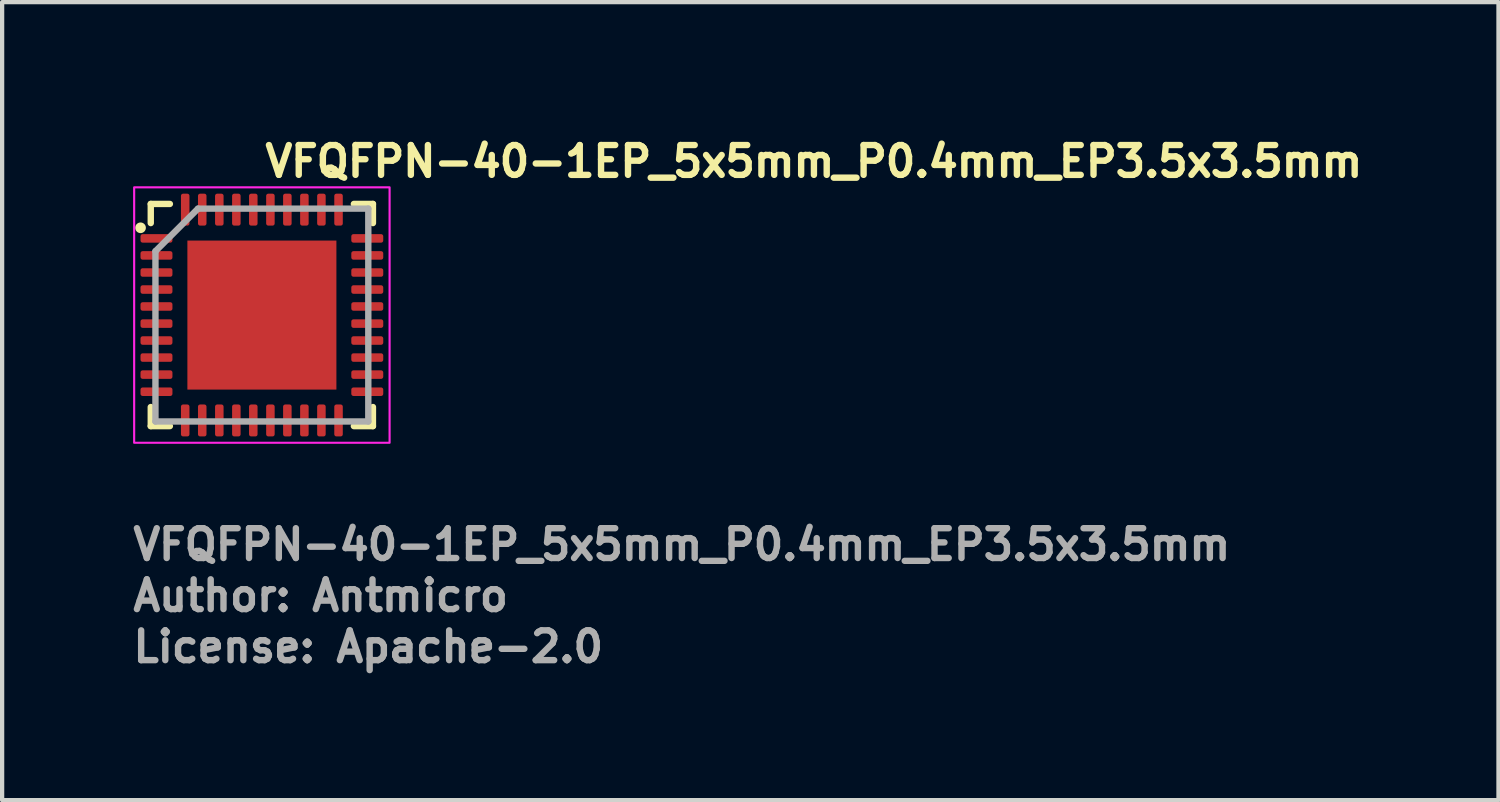
<source format=kicad_pcb>
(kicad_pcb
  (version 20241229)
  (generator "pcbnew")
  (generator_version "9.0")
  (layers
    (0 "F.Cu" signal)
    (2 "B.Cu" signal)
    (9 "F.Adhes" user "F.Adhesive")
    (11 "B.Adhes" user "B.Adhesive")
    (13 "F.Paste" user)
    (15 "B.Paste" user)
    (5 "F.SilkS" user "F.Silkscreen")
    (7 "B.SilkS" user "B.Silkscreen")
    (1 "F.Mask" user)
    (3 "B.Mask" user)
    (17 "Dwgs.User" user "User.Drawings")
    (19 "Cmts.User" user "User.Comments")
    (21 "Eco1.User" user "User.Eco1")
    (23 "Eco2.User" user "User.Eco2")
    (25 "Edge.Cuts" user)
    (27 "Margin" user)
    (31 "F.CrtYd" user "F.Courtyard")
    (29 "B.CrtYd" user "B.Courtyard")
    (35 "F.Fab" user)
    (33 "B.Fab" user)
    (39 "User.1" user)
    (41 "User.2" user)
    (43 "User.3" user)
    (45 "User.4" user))
  (footprint "VFQFPN-40-1EP_5x5mm_P0.4mm_EP3.5x3.5mm"
    (layer "F.Cu")
    (at 3.101 4.35)
    (property "Reference" "VFQFPN-40-1EP_5x5mm_P0.4mm_EP3.5x3.5mm" (at 0 -3.2 0) (layer "F.SilkS") (effects (font (size 0.7 0.7) (thickness 0.15)) (justify left bottom)))
    (attr smd)
    (fp_line (start -2.61 -2.161) (end -2.61 -2.61) (stroke (width 0.15) (type solid)) (layer "F.SilkS"))
    (fp_line (start -2.61 2.608) (end -2.61 2.16) (stroke (width 0.15) (type solid)) (layer "F.SilkS"))
    (fp_line (start -2.161 -2.61) (end -2.61 -2.61) (stroke (width 0.15) (type solid)) (layer "F.SilkS"))
    (fp_line (start -2.161 2.608) (end -2.61 2.608) (stroke (width 0.15) (type solid)) (layer "F.SilkS"))
    (fp_line (start 2.16 -2.61) (end 2.608 -2.61) (stroke (width 0.15) (type solid)) (layer "F.SilkS"))
    (fp_line (start 2.16 2.608) (end 2.608 2.608) (stroke (width 0.15) (type solid)) (layer "F.SilkS"))
    (fp_line (start 2.608 -2.61) (end 2.608 -2.161) (stroke (width 0.15) (type solid)) (layer "F.SilkS"))
    (fp_line (start 2.608 2.608) (end 2.608 2.16) (stroke (width 0.15) (type solid)) (layer "F.SilkS"))
    (fp_circle (center -2.85 -2.05) (end -2.8 -2.05) (stroke (width 0.15) (type solid)) (fill yes) (layer "F.SilkS"))
    (fp_rect (start -3 -3) (end 2.999 2.999) (stroke (width 0.05) (type solid)) (fill no) (layer "F.CrtYd"))
    (fp_line (start -2.5 -1.5) (end -1.5 -2.5) (stroke (width 0.15) (type solid)) (layer "F.Fab"))
    (fp_line (start -2.5 2.499) (end -2.5 -1.5) (stroke (width 0.15) (type solid)) (layer "F.Fab"))
    (fp_line (start -1.5 -2.5) (end 2.499 -2.5) (stroke (width 0.15) (type solid)) (layer "F.Fab"))
    (fp_line (start 2.499 -2.5) (end 2.499 2.499) (stroke (width 0.15) (type solid)) (layer "F.Fab"))
    (fp_line (start 2.499 2.499) (end -2.5 2.499) (stroke (width 0.15) (type solid)) (layer "F.Fab"))
    (fp_rect (start -2.5 -2.5) (end 2.499 2.499) (stroke (width 0.1) (type solid)) (fill no) (layer "User.5"))
    (fp_line (start -2.5 -1.901) (end -2.5 -1.7) (stroke (width 0.02) (type solid)) (layer "User.9"))
    (fp_line (start -2.5 -1.7) (end -2.492 -1.7) (stroke (width 0.02) (type solid)) (layer "User.9"))
    (fp_line (start -2.5 -1.5) (end -2.5 -1.301) (stroke (width 0.02) (type solid)) (layer "User.9"))
    (fp_line (start -2.5 -1.301) (end -2.492 -1.301) (stroke (width 0.02) (type solid)) (layer "User.9"))
    (fp_line (start -2.5 -1.101) (end -2.5 -0.902) (stroke (width 0.02) (type solid)) (layer "User.9"))
    (fp_line (start -2.5 -0.902) (end -2.492 -0.902) (stroke (width 0.02) (type solid)) (layer "User.9"))
    (fp_line (start -2.5 -0.701) (end -2.5 -0.5) (stroke (width 0.02) (type solid)) (layer "User.9"))
    (fp_line (start -2.5 -0.5) (end -2.492 -0.5) (stroke (width 0.02) (type solid)) (layer "User.9"))
    (fp_line (start -2.5 -0.3) (end -2.5 -0.102) (stroke (width 0.02) (type solid)) (layer "User.9"))
    (fp_line (start -2.5 -0.102) (end -2.492 -0.102) (stroke (width 0.02) (type solid)) (layer "User.9"))
    (fp_line (start -2.5 0.1) (end -2.5 0.298) (stroke (width 0.02) (type solid)) (layer "User.9"))
    (fp_line (start -2.5 0.298) (end -2.492 0.298) (stroke (width 0.02) (type solid)) (layer "User.9"))
    (fp_line (start -2.5 0.498) (end -2.5 0.699) (stroke (width 0.02) (type solid)) (layer "User.9"))
    (fp_line (start -2.5 0.699) (end -2.492 0.699) (stroke (width 0.02) (type solid)) (layer "User.9"))
    (fp_line (start -2.5 0.9) (end -2.5 1.1) (stroke (width 0.02) (type solid)) (layer "User.9"))
    (fp_line (start -2.5 1.1) (end -2.492 1.1) (stroke (width 0.02) (type solid)) (layer "User.9"))
    (fp_line (start -2.5 1.3) (end -2.5 1.499) (stroke (width 0.02) (type solid)) (layer "User.9"))
    (fp_line (start -2.5 1.499) (end -2.492 1.499) (stroke (width 0.02) (type solid)) (layer "User.9"))
    (fp_line (start -2.5 1.699) (end -2.5 1.898) (stroke (width 0.02) (type solid)) (layer "User.9"))
    (fp_line (start -2.5 1.898) (end -2.492 1.898) (stroke (width 0.02) (type solid)) (layer "User.9"))
    (fp_line (start -2.492 -2.492) (end -2.492 2.49) (stroke (width 0.02) (type solid)) (layer "User.9"))
    (fp_line (start -2.492 -2.492) (end 2.49 -2.492) (stroke (width 0.02) (type solid)) (layer "User.9"))
    (fp_line (start -2.492 -1.901) (end -2.5 -1.901) (stroke (width 0.02) (type solid)) (layer "User.9"))
    (fp_line (start -2.492 -1.5) (end -2.5 -1.5) (stroke (width 0.02) (type solid)) (layer "User.9"))
    (fp_line (start -2.492 -1.101) (end -2.5 -1.101) (stroke (width 0.02) (type solid)) (layer "User.9"))
    (fp_line (start -2.492 -0.701) (end -2.5 -0.701) (stroke (width 0.02) (type solid)) (layer "User.9"))
    (fp_line (start -2.492 -0.3) (end -2.5 -0.3) (stroke (width 0.02) (type solid)) (layer "User.9"))
    (fp_line (start -2.492 0.1) (end -2.5 0.1) (stroke (width 0.02) (type solid)) (layer "User.9"))
    (fp_line (start -2.492 0.498) (end -2.5 0.498) (stroke (width 0.02) (type solid)) (layer "User.9"))
    (fp_line (start -2.492 0.9) (end -2.5 0.9) (stroke (width 0.02) (type solid)) (layer "User.9"))
    (fp_line (start -2.492 1.3) (end -2.5 1.3) (stroke (width 0.02) (type solid)) (layer "User.9"))
    (fp_line (start -2.492 1.699) (end -2.5 1.699) (stroke (width 0.02) (type solid)) (layer "User.9"))
    (fp_line (start -2.492 2.49) (end 2.49 2.49) (stroke (width 0.02) (type solid)) (layer "User.9"))
    (fp_line (start -2.05 -1.813) (end -2.05 -1.801) (stroke (width 0.02) (type solid)) (layer "User.9"))
    (fp_line (start -2.05 -1.801) (end -2.05 -1.801) (stroke (width 0.02) (type solid)) (layer "User.9"))
    (fp_line (start -2.05 -1.801) (end -2.05 -1.788) (stroke (width 0.02) (type solid)) (layer "User.9"))
    (fp_line (start -2.05 -1.788) (end -2.049 -1.776) (stroke (width 0.02) (type solid)) (layer "User.9"))
    (fp_line (start -2.049 -1.827) (end -2.05 -1.813) (stroke (width 0.02) (type solid)) (layer "User.9"))
    (fp_line (start -2.049 -1.776) (end -2.048 -1.762) (stroke (width 0.02) (type solid)) (layer "User.9"))
    (fp_line (start -2.048 -1.839) (end -2.049 -1.827) (stroke (width 0.02) (type solid)) (layer "User.9"))
    (fp_line (start -2.048 -1.762) (end -2.045 -1.75) (stroke (width 0.02) (type solid)) (layer "User.9"))
    (fp_line (start -2.045 -1.851) (end -2.048 -1.839) (stroke (width 0.02) (type solid)) (layer "User.9"))
    (fp_line (start -2.045 -1.75) (end -2.044 -1.738) (stroke (width 0.02) (type solid)) (layer "User.9"))
    (fp_line (start -2.044 -1.863) (end -2.045 -1.851) (stroke (width 0.02) (type solid)) (layer "User.9"))
    (fp_line (start -2.044 -1.738) (end -2.04 -1.726) (stroke (width 0.02) (type solid)) (layer "User.9"))
    (fp_line (start -2.04 -1.875) (end -2.044 -1.863) (stroke (width 0.02) (type solid)) (layer "User.9"))
    (fp_line (start -2.04 -1.726) (end -2.036 -1.716) (stroke (width 0.02) (type solid)) (layer "User.9"))
    (fp_line (start -2.036 -1.887) (end -2.04 -1.875) (stroke (width 0.02) (type solid)) (layer "User.9"))
    (fp_line (start -2.036 -1.716) (end -2.032 -1.704) (stroke (width 0.02) (type solid)) (layer "User.9"))
    (fp_line (start -2.032 -1.899) (end -2.036 -1.887) (stroke (width 0.02) (type solid)) (layer "User.9"))
    (fp_line (start -2.032 -1.704) (end -2.027 -1.692) (stroke (width 0.02) (type solid)) (layer "User.9"))
    (fp_line (start -2.027 -1.909) (end -2.032 -1.899) (stroke (width 0.02) (type solid)) (layer "User.9"))
    (fp_line (start -2.027 -1.692) (end -2.02 -1.682) (stroke (width 0.02) (type solid)) (layer "User.9"))
    (fp_line (start -2.02 -1.92) (end -2.027 -1.909) (stroke (width 0.02) (type solid)) (layer "User.9"))
    (fp_line (start -2.02 -1.682) (end -2.015 -1.672) (stroke (width 0.02) (type solid)) (layer "User.9"))
    (fp_line (start -2.015 -1.93) (end -2.02 -1.92) (stroke (width 0.02) (type solid)) (layer "User.9"))
    (fp_line (start -2.015 -1.672) (end -2.008 -1.661) (stroke (width 0.02) (type solid)) (layer "User.9"))
    (fp_line (start -2.008 -1.94) (end -2.015 -1.93) (stroke (width 0.02) (type solid)) (layer "User.9"))
    (fp_line (start -2.008 -1.661) (end -2.001 -1.651) (stroke (width 0.02) (type solid)) (layer "User.9"))
    (fp_line (start -2.001 -1.95) (end -2.008 -1.94) (stroke (width 0.02) (type solid)) (layer "User.9"))
    (fp_line (start -2.001 -1.651) (end -1.994 -1.641) (stroke (width 0.02) (type solid)) (layer "User.9"))
    (fp_line (start -1.994 -1.96) (end -2.001 -1.95) (stroke (width 0.02) (type solid)) (layer "User.9"))
    (fp_line (start -1.994 -1.641) (end -1.986 -1.633) (stroke (width 0.02) (type solid)) (layer "User.9"))
    (fp_line (start -1.986 -1.97) (end -1.994 -1.96) (stroke (width 0.02) (type solid)) (layer "User.9"))
    (fp_line (start -1.986 -1.633) (end -1.978 -1.625) (stroke (width 0.02) (type solid)) (layer "User.9"))
    (fp_line (start -1.978 -1.978) (end -1.986 -1.97) (stroke (width 0.02) (type solid)) (layer "User.9"))
    (fp_line (start -1.978 -1.625) (end -1.97 -1.615) (stroke (width 0.02) (type solid)) (layer "User.9"))
    (fp_line (start -1.97 -1.986) (end -1.978 -1.978) (stroke (width 0.02) (type solid)) (layer "User.9"))
    (fp_line (start -1.97 -1.615) (end -1.96 -1.609) (stroke (width 0.02) (type solid)) (layer "User.9"))
    (fp_line (start -1.96 -1.994) (end -1.97 -1.986) (stroke (width 0.02) (type solid)) (layer "User.9"))
    (fp_line (start -1.96 -1.609) (end -1.95 -1.601) (stroke (width 0.02) (type solid)) (layer "User.9"))
    (fp_line (start -1.95 -2.001) (end -1.96 -1.994) (stroke (width 0.02) (type solid)) (layer "User.9"))
    (fp_line (start -1.95 -1.601) (end -1.94 -1.593) (stroke (width 0.02) (type solid)) (layer "User.9"))
    (fp_line (start -1.94 -2.008) (end -1.95 -2.001) (stroke (width 0.02) (type solid)) (layer "User.9"))
    (fp_line (start -1.94 -1.593) (end -1.93 -1.587) (stroke (width 0.02) (type solid)) (layer "User.9"))
    (fp_line (start -1.93 -2.015) (end -1.94 -2.008) (stroke (width 0.02) (type solid)) (layer "User.9"))
    (fp_line (start -1.93 -1.587) (end -1.92 -1.581) (stroke (width 0.02) (type solid)) (layer "User.9"))
    (fp_line (start -1.92 -2.02) (end -1.93 -2.015) (stroke (width 0.02) (type solid)) (layer "User.9"))
    (fp_line (start -1.92 -1.581) (end -1.909 -1.575) (stroke (width 0.02) (type solid)) (layer "User.9"))
    (fp_line (start -1.909 -2.027) (end -1.92 -2.02) (stroke (width 0.02) (type solid)) (layer "User.9"))
    (fp_line (start -1.909 -1.575) (end -1.899 -1.571) (stroke (width 0.02) (type solid)) (layer "User.9"))
    (fp_line (start -1.901 -2.5) (end -1.901 -2.492) (stroke (width 0.02) (type solid)) (layer "User.9"))
    (fp_line (start -1.901 2.49) (end -1.901 2.499) (stroke (width 0.02) (type solid)) (layer "User.9"))
    (fp_line (start -1.901 2.499) (end -1.7 2.499) (stroke (width 0.02) (type solid)) (layer "User.9"))
    (fp_line (start -1.899 -2.032) (end -1.909 -2.027) (stroke (width 0.02) (type solid)) (layer "User.9"))
    (fp_line (start -1.899 -1.571) (end -1.887 -1.567) (stroke (width 0.02) (type solid)) (layer "User.9"))
    (fp_line (start -1.887 -2.036) (end -1.899 -2.032) (stroke (width 0.02) (type solid)) (layer "User.9"))
    (fp_line (start -1.887 -1.567) (end -1.875 -1.563) (stroke (width 0.02) (type solid)) (layer "User.9"))
    (fp_line (start -1.875 -2.04) (end -1.887 -2.036) (stroke (width 0.02) (type solid)) (layer "User.9"))
    (fp_line (start -1.875 -1.563) (end -1.863 -1.559) (stroke (width 0.02) (type solid)) (layer "User.9"))
    (fp_line (start -1.863 -2.044) (end -1.875 -2.04) (stroke (width 0.02) (type solid)) (layer "User.9"))
    (fp_line (start -1.863 -1.559) (end -1.851 -1.557) (stroke (width 0.02) (type solid)) (layer "User.9"))
    (fp_line (start -1.851 -2.045) (end -1.863 -2.044) (stroke (width 0.02) (type solid)) (layer "User.9"))
    (fp_line (start -1.851 -1.557) (end -1.839 -1.553) (stroke (width 0.02) (type solid)) (layer "User.9"))
    (fp_line (start -1.839 -2.048) (end -1.851 -2.045) (stroke (width 0.02) (type solid)) (layer "User.9"))
    (fp_line (start -1.839 -1.553) (end -1.827 -1.553) (stroke (width 0.02) (type solid)) (layer "User.9"))
    (fp_line (start -1.827 -2.049) (end -1.839 -2.048) (stroke (width 0.02) (type solid)) (layer "User.9"))
    (fp_line (start -1.827 -1.553) (end -1.813 -1.551) (stroke (width 0.02) (type solid)) (layer "User.9"))
    (fp_line (start -1.813 -2.05) (end -1.827 -2.049) (stroke (width 0.02) (type solid)) (layer "User.9"))
    (fp_line (start -1.813 -1.551) (end -1.801 -1.551) (stroke (width 0.02) (type solid)) (layer "User.9"))
    (fp_line (start -1.801 -2.05) (end -1.813 -2.05) (stroke (width 0.02) (type solid)) (layer "User.9"))
    (fp_line (start -1.801 -2.05) (end -1.801 -2.05) (stroke (width 0.02) (type solid)) (layer "User.9"))
    (fp_line (start -1.801 -1.551) (end -1.801 -1.551) (stroke (width 0.02) (type solid)) (layer "User.9"))
    (fp_line (start -1.801 -1.551) (end -1.788 -1.551) (stroke (width 0.02) (type solid)) (layer "User.9"))
    (fp_line (start -1.788 -2.05) (end -1.801 -2.05) (stroke (width 0.02) (type solid)) (layer "User.9"))
    (fp_line (start -1.788 -1.551) (end -1.776 -1.553) (stroke (width 0.02) (type solid)) (layer "User.9"))
    (fp_line (start -1.776 -2.049) (end -1.788 -2.05) (stroke (width 0.02) (type solid)) (layer "User.9"))
    (fp_line (start -1.776 -1.553) (end -1.762 -1.553) (stroke (width 0.02) (type solid)) (layer "User.9"))
    (fp_line (start -1.762 -2.048) (end -1.776 -2.049) (stroke (width 0.02) (type solid)) (layer "User.9"))
    (fp_line (start -1.762 -1.553) (end -1.75 -1.557) (stroke (width 0.02) (type solid)) (layer "User.9"))
    (fp_line (start -1.75 -2.045) (end -1.762 -2.048) (stroke (width 0.02) (type solid)) (layer "User.9"))
    (fp_line (start -1.75 -1.557) (end -1.738 -1.559) (stroke (width 0.02) (type solid)) (layer "User.9"))
    (fp_line (start -1.738 -2.044) (end -1.75 -2.045) (stroke (width 0.02) (type solid)) (layer "User.9"))
    (fp_line (start -1.738 -1.559) (end -1.726 -1.563) (stroke (width 0.02) (type solid)) (layer "User.9"))
    (fp_line (start -1.726 -2.04) (end -1.738 -2.044) (stroke (width 0.02) (type solid)) (layer "User.9"))
    (fp_line (start -1.726 -1.563) (end -1.716 -1.567) (stroke (width 0.02) (type solid)) (layer "User.9"))
    (fp_line (start -1.716 -2.036) (end -1.726 -2.04) (stroke (width 0.02) (type solid)) (layer "User.9"))
    (fp_line (start -1.716 -1.567) (end -1.704 -1.571) (stroke (width 0.02) (type solid)) (layer "User.9"))
    (fp_line (start -1.704 -2.032) (end -1.716 -2.036) (stroke (width 0.02) (type solid)) (layer "User.9"))
    (fp_line (start -1.704 -1.571) (end -1.692 -1.575) (stroke (width 0.02) (type solid)) (layer "User.9"))
    (fp_line (start -1.7 -2.5) (end -1.901 -2.5) (stroke (width 0.02) (type solid)) (layer "User.9"))
    (fp_line (start -1.7 -2.492) (end -1.7 -2.5) (stroke (width 0.02) (type solid)) (layer "User.9"))
    (fp_line (start -1.7 2.499) (end -1.7 2.49) (stroke (width 0.02) (type solid)) (layer "User.9"))
    (fp_line (start -1.692 -2.027) (end -1.704 -2.032) (stroke (width 0.02) (type solid)) (layer "User.9"))
    (fp_line (start -1.692 -1.575) (end -1.682 -1.581) (stroke (width 0.02) (type solid)) (layer "User.9"))
    (fp_line (start -1.682 -2.02) (end -1.692 -2.027) (stroke (width 0.02) (type solid)) (layer "User.9"))
    (fp_line (start -1.682 -1.581) (end -1.672 -1.587) (stroke (width 0.02) (type solid)) (layer "User.9"))
    (fp_line (start -1.672 -2.015) (end -1.682 -2.02) (stroke (width 0.02) (type solid)) (layer "User.9"))
    (fp_line (start -1.672 -1.587) (end -1.661 -1.593) (stroke (width 0.02) (type solid)) (layer "User.9"))
    (fp_line (start -1.661 -2.008) (end -1.672 -2.015) (stroke (width 0.02) (type solid)) (layer "User.9"))
    (fp_line (start -1.661 -1.593) (end -1.651 -1.601) (stroke (width 0.02) (type solid)) (layer "User.9"))
    (fp_line (start -1.651 -2.001) (end -1.661 -2.008) (stroke (width 0.02) (type solid)) (layer "User.9"))
    (fp_line (start -1.651 -1.601) (end -1.641 -1.609) (stroke (width 0.02) (type solid)) (layer "User.9"))
    (fp_line (start -1.641 -1.994) (end -1.651 -2.001) (stroke (width 0.02) (type solid)) (layer "User.9"))
    (fp_line (start -1.641 -1.609) (end -1.633 -1.615) (stroke (width 0.02) (type solid)) (layer "User.9"))
    (fp_line (start -1.633 -1.986) (end -1.641 -1.994) (stroke (width 0.02) (type solid)) (layer "User.9"))
    (fp_line (start -1.633 -1.615) (end -1.625 -1.625) (stroke (width 0.02) (type solid)) (layer "User.9"))
    (fp_line (start -1.625 -1.978) (end -1.633 -1.986) (stroke (width 0.02) (type solid)) (layer "User.9"))
    (fp_line (start -1.625 -1.625) (end -1.615 -1.633) (stroke (width 0.02) (type solid)) (layer "User.9"))
    (fp_line (start -1.615 -1.97) (end -1.625 -1.978) (stroke (width 0.02) (type solid)) (layer "User.9"))
    (fp_line (start -1.615 -1.633) (end -1.609 -1.641) (stroke (width 0.02) (type solid)) (layer "User.9"))
    (fp_line (start -1.609 -1.96) (end -1.615 -1.97) (stroke (width 0.02) (type solid)) (layer "User.9"))
    (fp_line (start -1.609 -1.641) (end -1.601 -1.651) (stroke (width 0.02) (type solid)) (layer "User.9"))
    (fp_line (start -1.601 -1.95) (end -1.609 -1.96) (stroke (width 0.02) (type solid)) (layer "User.9"))
    (fp_line (start -1.601 -1.651) (end -1.593 -1.661) (stroke (width 0.02) (type solid)) (layer "User.9"))
    (fp_line (start -1.593 -1.94) (end -1.601 -1.95) (stroke (width 0.02) (type solid)) (layer "User.9"))
    (fp_line (start -1.593 -1.661) (end -1.587 -1.672) (stroke (width 0.02) (type solid)) (layer "User.9"))
    (fp_line (start -1.587 -1.93) (end -1.593 -1.94) (stroke (width 0.02) (type solid)) (layer "User.9"))
    (fp_line (start -1.587 -1.672) (end -1.581 -1.682) (stroke (width 0.02) (type solid)) (layer "User.9"))
    (fp_line (start -1.581 -1.92) (end -1.587 -1.93) (stroke (width 0.02) (type solid)) (layer "User.9"))
    (fp_line (start -1.581 -1.682) (end -1.575 -1.692) (stroke (width 0.02) (type solid)) (layer "User.9"))
    (fp_line (start -1.575 -1.909) (end -1.581 -1.92) (stroke (width 0.02) (type solid)) (layer "User.9"))
    (fp_line (start -1.575 -1.692) (end -1.571 -1.704) (stroke (width 0.02) (type solid)) (layer "User.9"))
    (fp_line (start -1.571 -1.899) (end -1.575 -1.909) (stroke (width 0.02) (type solid)) (layer "User.9"))
    (fp_line (start -1.571 -1.704) (end -1.567 -1.716) (stroke (width 0.02) (type solid)) (layer "User.9"))
    (fp_line (start -1.567 -1.887) (end -1.571 -1.899) (stroke (width 0.02) (type solid)) (layer "User.9"))
    (fp_line (start -1.567 -1.716) (end -1.563 -1.726) (stroke (width 0.02) (type solid)) (layer "User.9"))
    (fp_line (start -1.563 -1.875) (end -1.567 -1.887) (stroke (width 0.02) (type solid)) (layer "User.9"))
    (fp_line (start -1.563 -1.726) (end -1.559 -1.738) (stroke (width 0.02) (type solid)) (layer "User.9"))
    (fp_line (start -1.559 -1.863) (end -1.563 -1.875) (stroke (width 0.02) (type solid)) (layer "User.9"))
    (fp_line (start -1.559 -1.738) (end -1.557 -1.75) (stroke (width 0.02) (type solid)) (layer "User.9"))
    (fp_line (start -1.557 -1.851) (end -1.559 -1.863) (stroke (width 0.02) (type solid)) (layer "User.9"))
    (fp_line (start -1.557 -1.75) (end -1.553 -1.762) (stroke (width 0.02) (type solid)) (layer "User.9"))
    (fp_line (start -1.553 -1.839) (end -1.557 -1.851) (stroke (width 0.02) (type solid)) (layer "User.9"))
    (fp_line (start -1.553 -1.827) (end -1.553 -1.839) (stroke (width 0.02) (type solid)) (layer "User.9"))
    (fp_line (start -1.553 -1.776) (end -1.551 -1.788) (stroke (width 0.02) (type solid)) (layer "User.9"))
    (fp_line (start -1.553 -1.762) (end -1.553 -1.776) (stroke (width 0.02) (type solid)) (layer "User.9"))
    (fp_line (start -1.551 -1.813) (end -1.553 -1.827) (stroke (width 0.02) (type solid)) (layer "User.9"))
    (fp_line (start -1.551 -1.801) (end -1.551 -1.813) (stroke (width 0.02) (type solid)) (layer "User.9"))
    (fp_line (start -1.551 -1.801) (end -1.551 -1.801) (stroke (width 0.02) (type solid)) (layer "User.9"))
    (fp_line (start -1.551 -1.801) (end -1.551 -1.801) (stroke (width 0.02) (type solid)) (layer "User.9"))
    (fp_line (start -1.551 -1.788) (end -1.551 -1.801) (stroke (width 0.02) (type solid)) (layer "User.9"))
    (fp_line (start -1.5 -2.5) (end -1.5 -2.492) (stroke (width 0.02) (type solid)) (layer "User.9"))
    (fp_line (start -1.5 2.49) (end -1.5 2.499) (stroke (width 0.02) (type solid)) (layer "User.9"))
    (fp_line (start -1.5 2.499) (end -1.301 2.499) (stroke (width 0.02) (type solid)) (layer "User.9"))
    (fp_line (start -1.301 -2.5) (end -1.5 -2.5) (stroke (width 0.02) (type solid)) (layer "User.9"))
    (fp_line (start -1.301 -2.492) (end -1.301 -2.5) (stroke (width 0.02) (type solid)) (layer "User.9"))
    (fp_line (start -1.301 2.499) (end -1.301 2.49) (stroke (width 0.02) (type solid)) (layer "User.9"))
    (fp_line (start -1.101 -2.5) (end -1.101 -2.492) (stroke (width 0.02) (type solid)) (layer "User.9"))
    (fp_line (start -1.101 2.49) (end -1.101 2.499) (stroke (width 0.02) (type solid)) (layer "User.9"))
    (fp_line (start -1.101 2.499) (end -0.902 2.499) (stroke (width 0.02) (type solid)) (layer "User.9"))
    (fp_line (start -0.902 -2.5) (end -1.101 -2.5) (stroke (width 0.02) (type solid)) (layer "User.9"))
    (fp_line (start -0.902 -2.492) (end -0.902 -2.5) (stroke (width 0.02) (type solid)) (layer "User.9"))
    (fp_line (start -0.902 2.499) (end -0.902 2.49) (stroke (width 0.02) (type solid)) (layer "User.9"))
    (fp_line (start -0.701 -2.5) (end -0.701 -2.492) (stroke (width 0.02) (type solid)) (layer "User.9"))
    (fp_line (start -0.701 2.49) (end -0.701 2.499) (stroke (width 0.02) (type solid)) (layer "User.9"))
    (fp_line (start -0.701 2.499) (end -0.5 2.499) (stroke (width 0.02) (type solid)) (layer "User.9"))
    (fp_line (start -0.5 -2.5) (end -0.701 -2.5) (stroke (width 0.02) (type solid)) (layer "User.9"))
    (fp_line (start -0.5 -2.492) (end -0.5 -2.5) (stroke (width 0.02) (type solid)) (layer "User.9"))
    (fp_line (start -0.5 2.499) (end -0.5 2.49) (stroke (width 0.02) (type solid)) (layer "User.9"))
    (fp_line (start -0.3 -2.5) (end -0.3 -2.492) (stroke (width 0.02) (type solid)) (layer "User.9"))
    (fp_line (start -0.3 2.49) (end -0.3 2.499) (stroke (width 0.02) (type solid)) (layer "User.9"))
    (fp_line (start -0.3 2.499) (end -0.102 2.499) (stroke (width 0.02) (type solid)) (layer "User.9"))
    (fp_line (start -0.102 -2.5) (end -0.3 -2.5) (stroke (width 0.02) (type solid)) (layer "User.9"))
    (fp_line (start -0.102 -2.492) (end -0.102 -2.5) (stroke (width 0.02) (type solid)) (layer "User.9"))
    (fp_line (start -0.102 2.499) (end -0.102 2.49) (stroke (width 0.02) (type solid)) (layer "User.9"))
    (fp_line (start 0.1 -2.5) (end 0.1 -2.492) (stroke (width 0.02) (type solid)) (layer "User.9"))
    (fp_line (start 0.1 2.49) (end 0.1 2.499) (stroke (width 0.02) (type solid)) (layer "User.9"))
    (fp_line (start 0.1 2.499) (end 0.298 2.499) (stroke (width 0.02) (type solid)) (layer "User.9"))
    (fp_line (start 0.298 -2.5) (end 0.1 -2.5) (stroke (width 0.02) (type solid)) (layer "User.9"))
    (fp_line (start 0.298 -2.492) (end 0.298 -2.5) (stroke (width 0.02) (type solid)) (layer "User.9"))
    (fp_line (start 0.298 2.499) (end 0.298 2.49) (stroke (width 0.02) (type solid)) (layer "User.9"))
    (fp_line (start 0.498 -2.5) (end 0.498 -2.492) (stroke (width 0.02) (type solid)) (layer "User.9"))
    (fp_line (start 0.498 2.49) (end 0.498 2.499) (stroke (width 0.02) (type solid)) (layer "User.9"))
    (fp_line (start 0.498 2.499) (end 0.699 2.499) (stroke (width 0.02) (type solid)) (layer "User.9"))
    (fp_line (start 0.699 -2.5) (end 0.498 -2.5) (stroke (width 0.02) (type solid)) (layer "User.9"))
    (fp_line (start 0.699 -2.492) (end 0.699 -2.5) (stroke (width 0.02) (type solid)) (layer "User.9"))
    (fp_line (start 0.699 2.499) (end 0.699 2.49) (stroke (width 0.02) (type solid)) (layer "User.9"))
    (fp_line (start 0.9 -2.5) (end 0.9 -2.492) (stroke (width 0.02) (type solid)) (layer "User.9"))
    (fp_line (start 0.9 2.49) (end 0.9 2.499) (stroke (width 0.02) (type solid)) (layer "User.9"))
    (fp_line (start 0.9 2.499) (end 1.1 2.499) (stroke (width 0.02) (type solid)) (layer "User.9"))
    (fp_line (start 1.1 -2.5) (end 0.9 -2.5) (stroke (width 0.02) (type solid)) (layer "User.9"))
    (fp_line (start 1.1 -2.492) (end 1.1 -2.5) (stroke (width 0.02) (type solid)) (layer "User.9"))
    (fp_line (start 1.1 2.499) (end 1.1 2.49) (stroke (width 0.02) (type solid)) (layer "User.9"))
    (fp_line (start 1.3 -2.5) (end 1.3 -2.492) (stroke (width 0.02) (type solid)) (layer "User.9"))
    (fp_line (start 1.3 2.49) (end 1.3 2.499) (stroke (width 0.02) (type solid)) (layer "User.9"))
    (fp_line (start 1.3 2.499) (end 1.499 2.499) (stroke (width 0.02) (type solid)) (layer "User.9"))
    (fp_line (start 1.499 -2.5) (end 1.3 -2.5) (stroke (width 0.02) (type solid)) (layer "User.9"))
    (fp_line (start 1.499 -2.492) (end 1.499 -2.5) (stroke (width 0.02) (type solid)) (layer "User.9"))
    (fp_line (start 1.499 2.499) (end 1.499 2.49) (stroke (width 0.02) (type solid)) (layer "User.9"))
    (fp_line (start 1.699 -2.5) (end 1.699 -2.492) (stroke (width 0.02) (type solid)) (layer "User.9"))
    (fp_line (start 1.699 2.49) (end 1.699 2.499) (stroke (width 0.02) (type solid)) (layer "User.9"))
    (fp_line (start 1.699 2.499) (end 1.898 2.499) (stroke (width 0.02) (type solid)) (layer "User.9"))
    (fp_line (start 1.898 -2.5) (end 1.699 -2.5) (stroke (width 0.02) (type solid)) (layer "User.9"))
    (fp_line (start 1.898 -2.492) (end 1.898 -2.5) (stroke (width 0.02) (type solid)) (layer "User.9"))
    (fp_line (start 1.898 2.499) (end 1.898 2.49) (stroke (width 0.02) (type solid)) (layer "User.9"))
    (fp_line (start 2.49 -2.492) (end 2.49 2.49) (stroke (width 0.02) (type solid)) (layer "User.9"))
    (fp_line (start 2.49 -1.7) (end 2.499 -1.7) (stroke (width 0.02) (type solid)) (layer "User.9"))
    (fp_line (start 2.49 -1.301) (end 2.499 -1.301) (stroke (width 0.02) (type solid)) (layer "User.9"))
    (fp_line (start 2.49 -0.902) (end 2.499 -0.902) (stroke (width 0.02) (type solid)) (layer "User.9"))
    (fp_line (start 2.49 -0.5) (end 2.499 -0.5) (stroke (width 0.02) (type solid)) (layer "User.9"))
    (fp_line (start 2.49 -0.102) (end 2.499 -0.102) (stroke (width 0.02) (type solid)) (layer "User.9"))
    (fp_line (start 2.49 0.298) (end 2.499 0.298) (stroke (width 0.02) (type solid)) (layer "User.9"))
    (fp_line (start 2.49 0.699) (end 2.499 0.699) (stroke (width 0.02) (type solid)) (layer "User.9"))
    (fp_line (start 2.49 1.1) (end 2.499 1.1) (stroke (width 0.02) (type solid)) (layer "User.9"))
    (fp_line (start 2.49 1.499) (end 2.499 1.499) (stroke (width 0.02) (type solid)) (layer "User.9"))
    (fp_line (start 2.49 1.898) (end 2.499 1.898) (stroke (width 0.02) (type solid)) (layer "User.9"))
    (fp_line (start 2.499 -1.901) (end 2.49 -1.901) (stroke (width 0.02) (type solid)) (layer "User.9"))
    (fp_line (start 2.499 -1.7) (end 2.499 -1.901) (stroke (width 0.02) (type solid)) (layer "User.9"))
    (fp_line (start 2.499 -1.5) (end 2.49 -1.5) (stroke (width 0.02) (type solid)) (layer "User.9"))
    (fp_line (start 2.499 -1.301) (end 2.499 -1.5) (stroke (width 0.02) (type solid)) (layer "User.9"))
    (fp_line (start 2.499 -1.101) (end 2.49 -1.101) (stroke (width 0.02) (type solid)) (layer "User.9"))
    (fp_line (start 2.499 -0.902) (end 2.499 -1.101) (stroke (width 0.02) (type solid)) (layer "User.9"))
    (fp_line (start 2.499 -0.701) (end 2.49 -0.701) (stroke (width 0.02) (type solid)) (layer "User.9"))
    (fp_line (start 2.499 -0.5) (end 2.499 -0.701) (stroke (width 0.02) (type solid)) (layer "User.9"))
    (fp_line (start 2.499 -0.3) (end 2.49 -0.3) (stroke (width 0.02) (type solid)) (layer "User.9"))
    (fp_line (start 2.499 -0.102) (end 2.499 -0.3) (stroke (width 0.02) (type solid)) (layer "User.9"))
    (fp_line (start 2.499 0.1) (end 2.49 0.1) (stroke (width 0.02) (type solid)) (layer "User.9"))
    (fp_line (start 2.499 0.298) (end 2.499 0.1) (stroke (width 0.02) (type solid)) (layer "User.9"))
    (fp_line (start 2.499 0.498) (end 2.49 0.498) (stroke (width 0.02) (type solid)) (layer "User.9"))
    (fp_line (start 2.499 0.699) (end 2.499 0.498) (stroke (width 0.02) (type solid)) (layer "User.9"))
    (fp_line (start 2.499 0.9) (end 2.49 0.9) (stroke (width 0.02) (type solid)) (layer "User.9"))
    (fp_line (start 2.499 1.1) (end 2.499 0.9) (stroke (width 0.02) (type solid)) (layer "User.9"))
    (fp_line (start 2.499 1.3) (end 2.49 1.3) (stroke (width 0.02) (type solid)) (layer "User.9"))
    (fp_line (start 2.499 1.499) (end 2.499 1.3) (stroke (width 0.02) (type solid)) (layer "User.9"))
    (fp_line (start 2.499 1.699) (end 2.49 1.699) (stroke (width 0.02) (type solid)) (layer "User.9"))
    (fp_line (start 2.499 1.898) (end 2.499 1.699) (stroke (width 0.02) (type solid)) (layer "User.9"))
    (fp_text user "Author: Antmicro" (at -3.101 6.999 0) (layer "F.Fab") (effects (font (size 0.7 0.7) (thickness 0.15)) (justify left bottom)))
    (fp_text user "${REFERENCE}" (at -3.101 5.799 0) (layer "F.Fab") (effects (font (size 0.7 0.7) (thickness 0.15)) (justify left bottom)))
    (fp_text user "License: Apache-2.0" (at -3.101 8.198 0) (layer "F.Fab") (effects (font (size 0.7 0.7) (thickness 0.15)) (justify left bottom)))
    (pad "" smd roundrect (at -1.1 -1.1) (size 0.8 0.8) (layers "F.Paste") (roundrect_rratio 0.245))
    (pad "" smd roundrect (at -1.1 0) (size 0.8 0.8) (layers "F.Paste") (roundrect_rratio 0.245))
    (pad "" smd roundrect (at -1.1 1.1) (size 0.8 0.8) (layers "F.Paste") (roundrect_rratio 0.245))
    (pad "" smd roundrect (at 0 -1.1) (size 0.8 0.8) (layers "F.Paste") (roundrect_rratio 0.245))
    (pad "" smd roundrect (at 0 0) (size 0.8 0.8) (layers "F.Paste") (roundrect_rratio 0.245))
    (pad "" smd roundrect (at 0 1.1) (size 0.8 0.8) (layers "F.Paste") (roundrect_rratio 0.245))
    (pad "" smd roundrect (at 1.1 -1.1) (size 0.8 0.8) (layers "F.Paste") (roundrect_rratio 0.245))
    (pad "" smd roundrect (at 1.1 0) (size 0.8 0.8) (layers "F.Paste") (roundrect_rratio 0.245))
    (pad "" smd roundrect (at 1.1 1.1) (size 0.8 0.8) (layers "F.Paste") (roundrect_rratio 0.245))
    (pad "1" smd roundrect (at -2.476 -1.801) (size 0.75 0.2) (layers "F.Cu" "F.Mask" "F.Paste") (roundrect_rratio 0.25))
    (pad "2" smd roundrect (at -2.476 -1.401) (size 0.75 0.2) (layers "F.Cu" "F.Mask" "F.Paste") (roundrect_rratio 0.25))
    (pad "3" smd roundrect (at -2.476 -1) (size 0.75 0.2) (layers "F.Cu" "F.Mask" "F.Paste") (roundrect_rratio 0.25))
    (pad "4" smd roundrect (at -2.476 -0.6) (size 0.75 0.2) (layers "F.Cu" "F.Mask" "F.Paste") (roundrect_rratio 0.25))
    (pad "5" smd roundrect (at -2.476 -0.202) (size 0.75 0.2) (layers "F.Cu" "F.Mask" "F.Paste") (roundrect_rratio 0.25))
    (pad "6" smd roundrect (at -2.476 0.2) (size 0.75 0.2) (layers "F.Cu" "F.Mask" "F.Paste") (roundrect_rratio 0.25))
    (pad "7" smd roundrect (at -2.476 0.598) (size 0.75 0.2) (layers "F.Cu" "F.Mask" "F.Paste") (roundrect_rratio 0.25))
    (pad "8" smd roundrect (at -2.476 0.998) (size 0.75 0.2) (layers "F.Cu" "F.Mask" "F.Paste") (roundrect_rratio 0.25))
    (pad "9" smd roundrect (at -2.476 1.398) (size 0.75 0.2) (layers "F.Cu" "F.Mask" "F.Paste") (roundrect_rratio 0.25))
    (pad "10" smd roundrect (at -2.476 1.8) (size 0.75 0.2) (layers "F.Cu" "F.Mask" "F.Paste") (roundrect_rratio 0.25))
    (pad "11" smd roundrect (at -1.801 2.475) (size 0.2 0.75) (layers "F.Cu" "F.Mask" "F.Paste") (roundrect_rratio 0.25))
    (pad "12" smd roundrect (at -1.401 2.475) (size 0.2 0.75) (layers "F.Cu" "F.Mask" "F.Paste") (roundrect_rratio 0.25))
    (pad "13" smd roundrect (at -1 2.475) (size 0.2 0.75) (layers "F.Cu" "F.Mask" "F.Paste") (roundrect_rratio 0.25))
    (pad "14" smd roundrect (at -0.6 2.475) (size 0.2 0.75) (layers "F.Cu" "F.Mask" "F.Paste") (roundrect_rratio 0.25))
    (pad "15" smd roundrect (at -0.202 2.475) (size 0.2 0.75) (layers "F.Cu" "F.Mask" "F.Paste") (roundrect_rratio 0.25))
    (pad "16" smd roundrect (at 0.2 2.475) (size 0.2 0.75) (layers "F.Cu" "F.Mask" "F.Paste") (roundrect_rratio 0.25))
    (pad "17" smd roundrect (at 0.598 2.475) (size 0.2 0.75) (layers "F.Cu" "F.Mask" "F.Paste") (roundrect_rratio 0.25))
    (pad "18" smd roundrect (at 0.998 2.475) (size 0.2 0.75) (layers "F.Cu" "F.Mask" "F.Paste") (roundrect_rratio 0.25))
    (pad "19" smd roundrect (at 1.398 2.475) (size 0.2 0.75) (layers "F.Cu" "F.Mask" "F.Paste") (roundrect_rratio 0.25))
    (pad "20" smd roundrect (at 1.8 2.475) (size 0.2 0.75) (layers "F.Cu" "F.Mask" "F.Paste") (roundrect_rratio 0.25))
    (pad "21" smd roundrect (at 2.475 1.8) (size 0.75 0.2) (layers "F.Cu" "F.Mask" "F.Paste") (roundrect_rratio 0.25))
    (pad "22" smd roundrect (at 2.475 1.398) (size 0.75 0.2) (layers "F.Cu" "F.Mask" "F.Paste") (roundrect_rratio 0.25))
    (pad "23" smd roundrect (at 2.475 0.998) (size 0.75 0.2) (layers "F.Cu" "F.Mask" "F.Paste") (roundrect_rratio 0.25))
    (pad "24" smd roundrect (at 2.475 0.598) (size 0.75 0.2) (layers "F.Cu" "F.Mask" "F.Paste") (roundrect_rratio 0.25))
    (pad "25" smd roundrect (at 2.475 0.2) (size 0.75 0.2) (layers "F.Cu" "F.Mask" "F.Paste") (roundrect_rratio 0.25))
    (pad "26" smd roundrect (at 2.475 -0.202) (size 0.75 0.2) (layers "F.Cu" "F.Mask" "F.Paste") (roundrect_rratio 0.25))
    (pad "27" smd roundrect (at 2.475 -0.6) (size 0.75 0.2) (layers "F.Cu" "F.Mask" "F.Paste") (roundrect_rratio 0.25))
    (pad "28" smd roundrect (at 2.475 -1) (size 0.75 0.2) (layers "F.Cu" "F.Mask" "F.Paste") (roundrect_rratio 0.25))
    (pad "29" smd roundrect (at 2.475 -1.401) (size 0.75 0.2) (layers "F.Cu" "F.Mask" "F.Paste") (roundrect_rratio 0.25))
    (pad "30" smd roundrect (at 2.475 -1.801) (size 0.75 0.2) (layers "F.Cu" "F.Mask" "F.Paste") (roundrect_rratio 0.25))
    (pad "31" smd roundrect (at 1.8 -2.476) (size 0.2 0.75) (layers "F.Cu" "F.Mask" "F.Paste") (roundrect_rratio 0.25))
    (pad "32" smd roundrect (at 1.398 -2.476) (size 0.2 0.75) (layers "F.Cu" "F.Mask" "F.Paste") (roundrect_rratio 0.25))
    (pad "33" smd roundrect (at 0.998 -2.476) (size 0.2 0.75) (layers "F.Cu" "F.Mask" "F.Paste") (roundrect_rratio 0.25))
    (pad "34" smd roundrect (at 0.598 -2.476) (size 0.2 0.75) (layers "F.Cu" "F.Mask" "F.Paste") (roundrect_rratio 0.25))
    (pad "35" smd roundrect (at 0.2 -2.476) (size 0.2 0.75) (layers "F.Cu" "F.Mask" "F.Paste") (roundrect_rratio 0.25))
    (pad "36" smd roundrect (at -0.202 -2.476) (size 0.2 0.75) (layers "F.Cu" "F.Mask" "F.Paste") (roundrect_rratio 0.25))
    (pad "37" smd roundrect (at -0.6 -2.476) (size 0.2 0.75) (layers "F.Cu" "F.Mask" "F.Paste") (roundrect_rratio 0.25))
    (pad "38" smd roundrect (at -1 -2.476) (size 0.2 0.75) (layers "F.Cu" "F.Mask" "F.Paste") (roundrect_rratio 0.25))
    (pad "39" smd roundrect (at -1.401 -2.476) (size 0.2 0.75) (layers "F.Cu" "F.Mask" "F.Paste") (roundrect_rratio 0.25))
    (pad "40" smd roundrect (at -1.801 -2.476) (size 0.2 0.75) (layers "F.Cu" "F.Mask" "F.Paste") (roundrect_rratio 0.25))
    (pad "41" smd rect (at 0 0) (size 3.5 3.5) (layers "F.Cu" "F.Mask")))
  (gr_rect
    (start -3 -3)
    (end 32.144 15.743)
    (stroke (width 0.1) (type default))
    (fill no)
    (layer "Edge.Cuts")))
</source>
